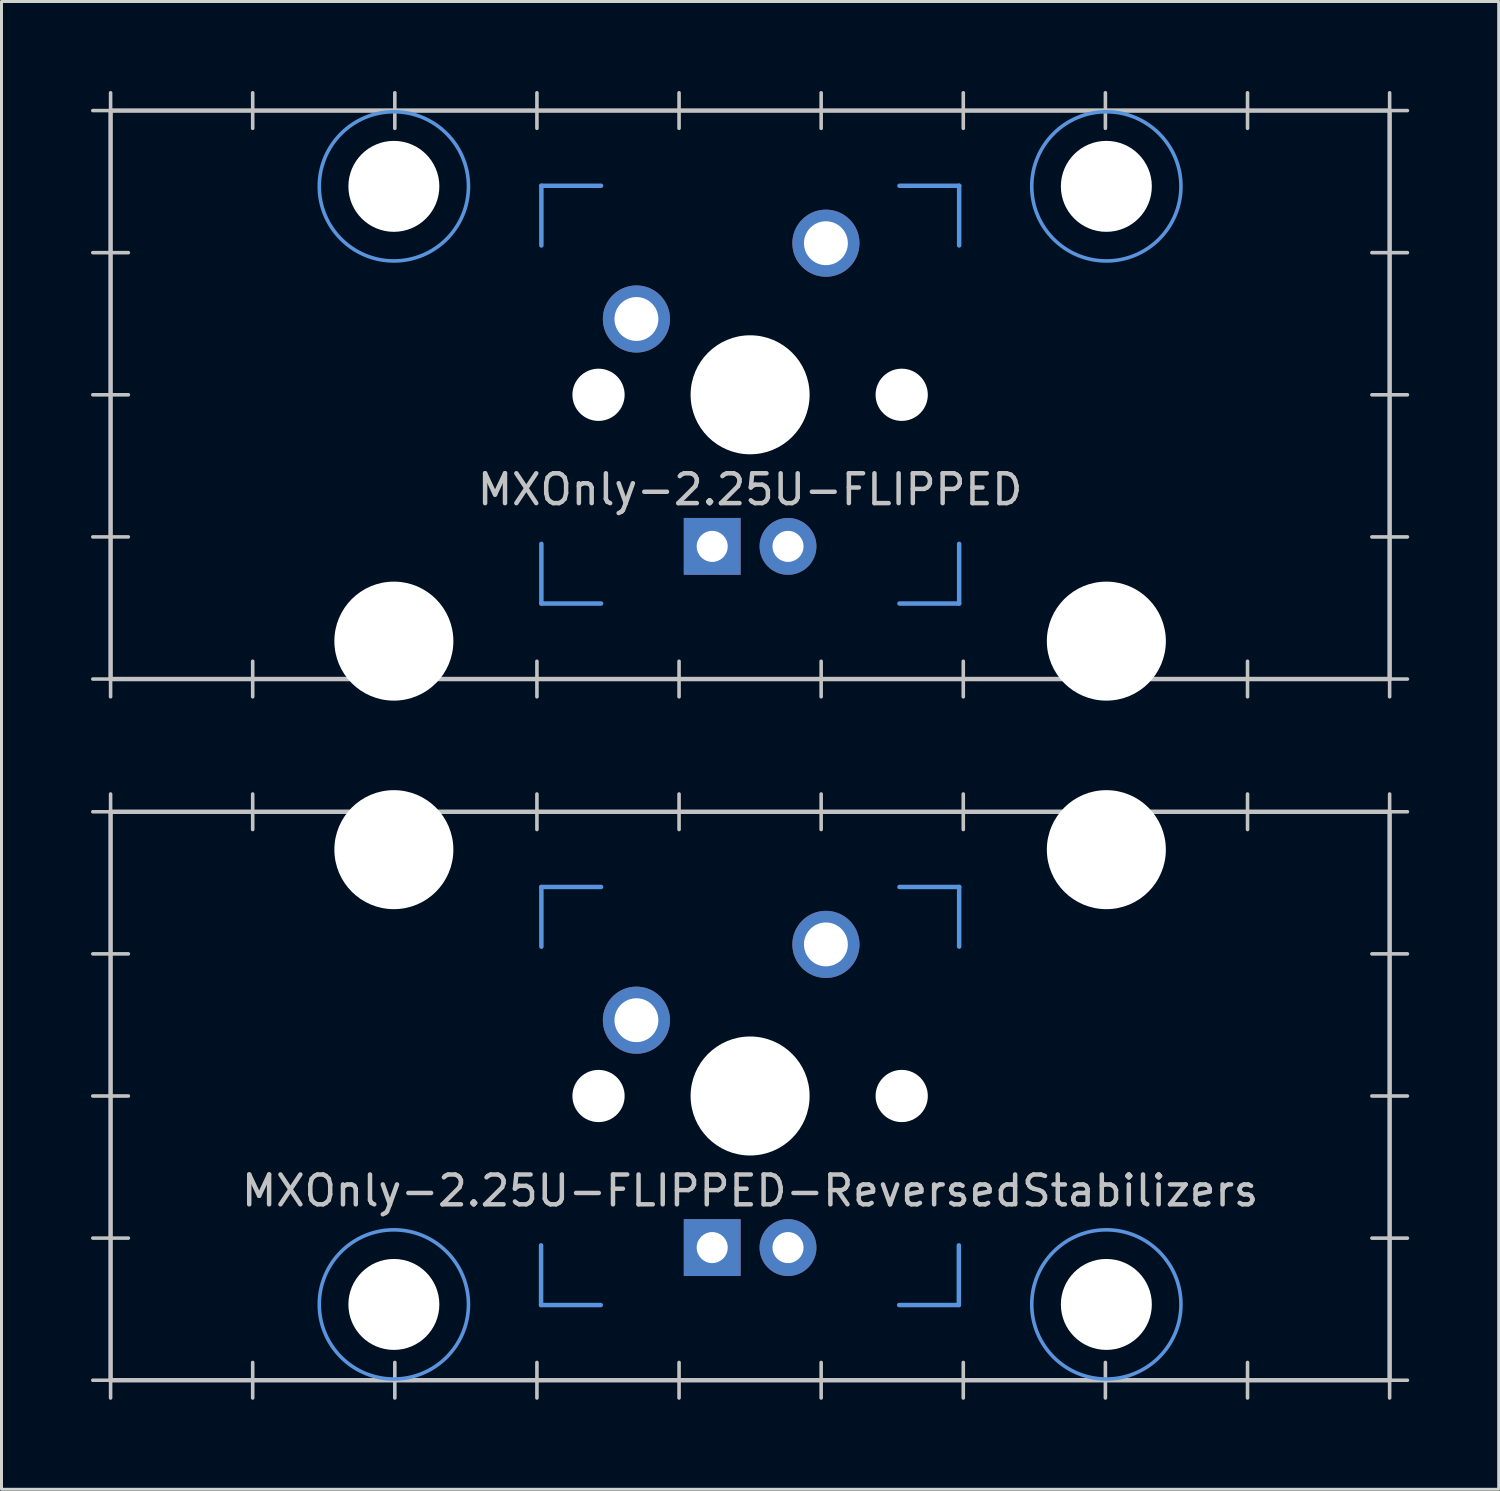
<source format=kicad_pcb>
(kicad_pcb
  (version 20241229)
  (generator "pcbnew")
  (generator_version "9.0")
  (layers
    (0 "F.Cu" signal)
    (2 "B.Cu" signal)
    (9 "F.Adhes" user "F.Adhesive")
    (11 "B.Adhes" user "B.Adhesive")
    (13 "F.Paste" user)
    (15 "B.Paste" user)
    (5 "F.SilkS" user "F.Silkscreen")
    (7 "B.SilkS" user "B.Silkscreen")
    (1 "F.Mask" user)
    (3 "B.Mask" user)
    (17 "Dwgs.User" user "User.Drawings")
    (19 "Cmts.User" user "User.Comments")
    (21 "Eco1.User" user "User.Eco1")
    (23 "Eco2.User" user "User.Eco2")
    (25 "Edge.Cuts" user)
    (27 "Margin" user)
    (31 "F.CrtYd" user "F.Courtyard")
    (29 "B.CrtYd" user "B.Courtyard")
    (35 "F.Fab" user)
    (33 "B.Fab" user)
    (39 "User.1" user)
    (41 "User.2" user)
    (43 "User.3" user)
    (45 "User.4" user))
  (footprint "MXOnly-2.25U-FLIPPED-ReversedStabilizers"
    (layer "F.Cu")
    (at 22.087 33.678)
    (property "Reference" "MXOnly-2.25U-FLIPPED-ReversedStabilizers" (at 0 3.175 0) (layer "Dwgs.User") (effects (font (size 1 1) (thickness 0.15))))
    (attr through_hole)
    (fp_line (start -22.027 -9.525) (end -21.431 -9.525) (stroke (width 0.12) (type solid)) (layer "Dwgs.User"))
    (fp_line (start -22.027 -0.000008) (end -20.836 -0.000008) (stroke (width 0.12) (type solid)) (layer "Dwgs.User"))
    (fp_line (start -22.027 4.762) (end -20.836 4.762) (stroke (width 0.12) (type solid)) (layer "Dwgs.User"))
    (fp_line (start -22.027 9.525) (end -21.431 9.525) (stroke (width 0.12) (type solid)) (layer "Dwgs.User"))
    (fp_line (start -21.431 10.12) (end -21.431 9.525) (stroke (width 0.12) (type solid)) (layer "Dwgs.User"))
    (fp_line (start -21.431 -10.12) (end -21.431 -9.525) (stroke (width 0.12) (type solid)) (layer "Dwgs.User"))
    (fp_line (start -21.431 -9.525) (end 21.431 -9.525) (stroke (width 0.15) (type solid)) (layer "Dwgs.User"))
    (fp_line (start -21.431 9.525) (end -21.431 -9.525) (stroke (width 0.15) (type solid)) (layer "Dwgs.User"))
    (fp_line (start -21.431 9.525) (end 21.431 9.525) (stroke (width 0.15) (type solid)) (layer "Dwgs.User"))
    (fp_line (start -20.836 -4.763) (end -22.027 -4.763) (stroke (width 0.12) (type solid)) (layer "Dwgs.User"))
    (fp_line (start -16.669 8.93) (end -16.669 10.12) (stroke (width 0.12) (type solid)) (layer "Dwgs.User"))
    (fp_line (start -16.669 -10.12) (end -16.669 -8.93) (stroke (width 0.12) (type solid)) (layer "Dwgs.User"))
    (fp_line (start -11.906 8.93) (end -11.906 10.12) (stroke (width 0.12) (type solid)) (layer "Dwgs.User"))
    (fp_line (start -11.906 -10.12) (end -11.906 -8.93) (stroke (width 0.12) (type solid)) (layer "Dwgs.User"))
    (fp_line (start -7.144 10.12) (end -7.144 8.93) (stroke (width 0.12) (type solid)) (layer "Dwgs.User"))
    (fp_line (start -7.144 -8.93) (end -7.144 -10.12) (stroke (width 0.12) (type solid)) (layer "Dwgs.User"))
    (fp_line (start -2.381 8.93) (end -2.381 10.12) (stroke (width 0.12) (type solid)) (layer "Dwgs.User"))
    (fp_line (start -2.381 -10.12) (end -2.381 -8.93) (stroke (width 0.12) (type solid)) (layer "Dwgs.User"))
    (fp_line (start 2.381 10.12) (end 2.381 8.93) (stroke (width 0.12) (type solid)) (layer "Dwgs.User"))
    (fp_line (start 2.381 -8.93) (end 2.381 -10.12) (stroke (width 0.12) (type solid)) (layer "Dwgs.User"))
    (fp_line (start 7.144 8.93) (end 7.144 10.12) (stroke (width 0.12) (type solid)) (layer "Dwgs.User"))
    (fp_line (start 7.144 -10.12) (end 7.144 -8.93) (stroke (width 0.12) (type solid)) (layer "Dwgs.User"))
    (fp_line (start 11.906 10.12) (end 11.906 8.93) (stroke (width 0.12) (type solid)) (layer "Dwgs.User"))
    (fp_line (start 11.906 -8.93) (end 11.906 -10.12) (stroke (width 0.12) (type solid)) (layer "Dwgs.User"))
    (fp_line (start 16.669 10.12) (end 16.669 8.93) (stroke (width 0.12) (type solid)) (layer "Dwgs.User"))
    (fp_line (start 16.669 -8.93) (end 16.669 -10.12) (stroke (width 0.12) (type solid)) (layer "Dwgs.User"))
    (fp_line (start 20.836 4.763) (end 22.027 4.763) (stroke (width 0.12) (type solid)) (layer "Dwgs.User"))
    (fp_line (start 21.431 -9.525) (end 21.431 9.525) (stroke (width 0.15) (type solid)) (layer "Dwgs.User"))
    (fp_line (start 21.431 10.12) (end 21.431 9.525) (stroke (width 0.12) (type solid)) (layer "Dwgs.User"))
    (fp_line (start 21.431 -10.12) (end 21.431 -9.525) (stroke (width 0.12) (type solid)) (layer "Dwgs.User"))
    (fp_line (start 22.027 -9.525) (end 21.431 -9.525) (stroke (width 0.12) (type solid)) (layer "Dwgs.User"))
    (fp_line (start 22.027 -4.763) (end 20.836 -4.763) (stroke (width 0.12) (type solid)) (layer "Dwgs.User"))
    (fp_line (start 22.027 0) (end 20.836 0) (stroke (width 0.12) (type solid)) (layer "Dwgs.User"))
    (fp_line (start 22.027 9.525) (end 21.431 9.525) (stroke (width 0.12) (type solid)) (layer "Dwgs.User"))
    (fp_line (start -7.005 7.005) (end -7.005 5.005) (stroke (width 0.15) (type solid)) (layer "Cmts.User"))
    (fp_line (start -6.995 -7.005) (end -6.995 -5.005) (stroke (width 0.15) (type solid)) (layer "Cmts.User"))
    (fp_line (start -5.005 7.005) (end -7.005 7.005) (stroke (width 0.15) (type solid)) (layer "Cmts.User"))
    (fp_line (start -4.995 -7.005) (end -6.995 -7.005) (stroke (width 0.15) (type solid)) (layer "Cmts.User"))
    (fp_line (start 4.995 7.005) (end 6.995 7.005) (stroke (width 0.15) (type solid)) (layer "Cmts.User"))
    (fp_line (start 5.005 -7.005) (end 7.005 -7.005) (stroke (width 0.15) (type solid)) (layer "Cmts.User"))
    (fp_line (start 6.995 7.005) (end 6.995 5.005) (stroke (width 0.15) (type solid)) (layer "Cmts.User"))
    (fp_line (start 7.005 -7.005) (end 7.005 -5.005) (stroke (width 0.15) (type solid)) (layer "Cmts.User"))
    (fp_circle (center -11.938 6.985) (end -14.438 6.985) (stroke (width 0.12) (type solid)) (fill no) (layer "Cmts.User"))
    (fp_circle (center 11.938 6.985) (end 9.438 6.985) (stroke (width 0.12) (type solid)) (fill no) (layer "Cmts.User"))
    (pad "" np_thru_hole circle (at -11.938 -8.255) (size 3.988 3.988) (drill 3.988) (layers "*.Cu" "*.Mask"))
    (pad "" np_thru_hole circle (at -11.938 6.985) (size 3.048 3.048) (drill 3.048) (layers "*.Cu" "*.Mask"))
    (pad "" np_thru_hole circle (at -5.08 0 48.1) (size 1.75 1.75) (drill 1.75) (layers "*.Cu" "*.Mask"))
    (pad "" np_thru_hole circle (at 0 0) (size 3.988 3.988) (drill 3.988) (layers "*.Cu" "*.Mask"))
    (pad "" np_thru_hole circle (at 5.08 0 48.1) (size 1.75 1.75) (drill 1.75) (layers "*.Cu" "*.Mask"))
    (pad "" np_thru_hole circle (at 11.938 -8.255) (size 3.988 3.988) (drill 3.988) (layers "*.Cu" "*.Mask"))
    (pad "" np_thru_hole circle (at 11.938 6.985) (size 3.048 3.048) (drill 3.048) (layers "*.Cu" "*.Mask"))
    (pad "1" thru_hole circle (at -3.81 -2.54) (size 2.25 2.25) (drill 1.47) (layers "*.Cu" "B.Mask"))
    (pad "2" thru_hole circle (at 2.54 -5.08) (size 2.25 2.25) (drill 1.47) (layers "*.Cu" "B.Mask"))
    (pad "3" thru_hole circle (at 1.27 5.08) (size 1.905 1.905) (drill 1.04) (layers "*.Cu" "B.Mask"))
    (pad "4" thru_hole rect (at -1.27 5.08) (size 1.905 1.905) (drill 1.04) (layers "*.Cu" "B.Mask")))
  (footprint "MXOnly-2.25U-FLIPPED"
    (layer "F.Cu")
    (at 22.087 10.18)
    (property "Reference" "MXOnly-2.25U-FLIPPED" (at 0 3.175 0) (layer "Dwgs.User") (effects (font (size 1 1) (thickness 0.15))))
    (attr through_hole)
    (fp_line (start -22.027 -9.525) (end -21.431 -9.525) (stroke (width 0.12) (type solid)) (layer "Dwgs.User"))
    (fp_line (start -22.027 -0.000008) (end -20.836 -0.000008) (stroke (width 0.12) (type solid)) (layer "Dwgs.User"))
    (fp_line (start -22.027 4.762) (end -20.836 4.762) (stroke (width 0.12) (type solid)) (layer "Dwgs.User"))
    (fp_line (start -22.027 9.525) (end -21.431 9.525) (stroke (width 0.12) (type solid)) (layer "Dwgs.User"))
    (fp_line (start -21.431 10.12) (end -21.431 9.525) (stroke (width 0.12) (type solid)) (layer "Dwgs.User"))
    (fp_line (start -21.431 -10.12) (end -21.431 -9.525) (stroke (width 0.12) (type solid)) (layer "Dwgs.User"))
    (fp_line (start -21.431 -9.525) (end 21.431 -9.525) (stroke (width 0.15) (type solid)) (layer "Dwgs.User"))
    (fp_line (start -21.431 9.525) (end -21.431 -9.525) (stroke (width 0.15) (type solid)) (layer "Dwgs.User"))
    (fp_line (start -21.431 9.525) (end 21.431 9.525) (stroke (width 0.15) (type solid)) (layer "Dwgs.User"))
    (fp_line (start -20.836 -4.763) (end -22.027 -4.763) (stroke (width 0.12) (type solid)) (layer "Dwgs.User"))
    (fp_line (start -16.669 8.93) (end -16.669 10.12) (stroke (width 0.12) (type solid)) (layer "Dwgs.User"))
    (fp_line (start -16.669 -10.12) (end -16.669 -8.93) (stroke (width 0.12) (type solid)) (layer "Dwgs.User"))
    (fp_line (start -11.906 8.93) (end -11.906 10.12) (stroke (width 0.12) (type solid)) (layer "Dwgs.User"))
    (fp_line (start -11.906 -10.12) (end -11.906 -8.93) (stroke (width 0.12) (type solid)) (layer "Dwgs.User"))
    (fp_line (start -7.144 10.12) (end -7.144 8.93) (stroke (width 0.12) (type solid)) (layer "Dwgs.User"))
    (fp_line (start -7.144 -8.93) (end -7.144 -10.12) (stroke (width 0.12) (type solid)) (layer "Dwgs.User"))
    (fp_line (start -2.381 8.93) (end -2.381 10.12) (stroke (width 0.12) (type solid)) (layer "Dwgs.User"))
    (fp_line (start -2.381 -10.12) (end -2.381 -8.93) (stroke (width 0.12) (type solid)) (layer "Dwgs.User"))
    (fp_line (start 2.381 10.12) (end 2.381 8.93) (stroke (width 0.12) (type solid)) (layer "Dwgs.User"))
    (fp_line (start 2.381 -8.93) (end 2.381 -10.12) (stroke (width 0.12) (type solid)) (layer "Dwgs.User"))
    (fp_line (start 7.144 8.93) (end 7.144 10.12) (stroke (width 0.12) (type solid)) (layer "Dwgs.User"))
    (fp_line (start 7.144 -10.12) (end 7.144 -8.93) (stroke (width 0.12) (type solid)) (layer "Dwgs.User"))
    (fp_line (start 11.906 10.12) (end 11.906 8.93) (stroke (width 0.12) (type solid)) (layer "Dwgs.User"))
    (fp_line (start 11.906 -8.93) (end 11.906 -10.12) (stroke (width 0.12) (type solid)) (layer "Dwgs.User"))
    (fp_line (start 16.669 10.12) (end 16.669 8.93) (stroke (width 0.12) (type solid)) (layer "Dwgs.User"))
    (fp_line (start 16.669 -8.93) (end 16.669 -10.12) (stroke (width 0.12) (type solid)) (layer "Dwgs.User"))
    (fp_line (start 20.836 4.763) (end 22.027 4.763) (stroke (width 0.12) (type solid)) (layer "Dwgs.User"))
    (fp_line (start 21.431 -9.525) (end 21.431 9.525) (stroke (width 0.15) (type solid)) (layer "Dwgs.User"))
    (fp_line (start 21.431 10.12) (end 21.431 9.525) (stroke (width 0.12) (type solid)) (layer "Dwgs.User"))
    (fp_line (start 21.431 -10.12) (end 21.431 -9.525) (stroke (width 0.12) (type solid)) (layer "Dwgs.User"))
    (fp_line (start 22.027 -9.525) (end 21.431 -9.525) (stroke (width 0.12) (type solid)) (layer "Dwgs.User"))
    (fp_line (start 22.027 -4.763) (end 20.836 -4.763) (stroke (width 0.12) (type solid)) (layer "Dwgs.User"))
    (fp_line (start 22.027 0) (end 20.836 0) (stroke (width 0.12) (type solid)) (layer "Dwgs.User"))
    (fp_line (start 22.027 9.525) (end 21.431 9.525) (stroke (width 0.12) (type solid)) (layer "Dwgs.User"))
    (fp_line (start -6.995 -7.005) (end -6.995 -5.005) (stroke (width 0.15) (type solid)) (layer "Cmts.User"))
    (fp_line (start -6.995 6.995) (end -6.995 4.995) (stroke (width 0.15) (type solid)) (layer "Cmts.User"))
    (fp_line (start -4.995 -7.005) (end -6.995 -7.005) (stroke (width 0.15) (type solid)) (layer "Cmts.User"))
    (fp_line (start -4.995 6.995) (end -6.995 6.995) (stroke (width 0.15) (type solid)) (layer "Cmts.User"))
    (fp_line (start 5.005 -7.005) (end 7.005 -7.005) (stroke (width 0.15) (type solid)) (layer "Cmts.User"))
    (fp_line (start 5.005 6.995) (end 7.005 6.995) (stroke (width 0.15) (type solid)) (layer "Cmts.User"))
    (fp_line (start 7.005 -7.005) (end 7.005 -5.005) (stroke (width 0.15) (type solid)) (layer "Cmts.User"))
    (fp_line (start 7.005 6.995) (end 7.005 4.995) (stroke (width 0.15) (type solid)) (layer "Cmts.User"))
    (fp_circle (center -11.938 -6.985) (end -9.438 -6.985) (stroke (width 0.12) (type solid)) (fill no) (layer "Cmts.User"))
    (fp_circle (center 11.938 -6.985) (end 14.438 -6.985) (stroke (width 0.12) (type solid)) (fill no) (layer "Cmts.User"))
    (pad "" np_thru_hole circle (at -11.938 -6.985) (size 3.048 3.048) (drill 3.048) (layers "*.Cu" "*.Mask"))
    (pad "" np_thru_hole circle (at -11.938 8.255) (size 3.988 3.988) (drill 3.988) (layers "*.Cu" "*.Mask"))
    (pad "" np_thru_hole circle (at -5.08 0 48.1) (size 1.75 1.75) (drill 1.75) (layers "*.Cu" "*.Mask"))
    (pad "" np_thru_hole circle (at 0 0) (size 3.988 3.988) (drill 3.988) (layers "*.Cu" "*.Mask"))
    (pad "" np_thru_hole circle (at 5.08 0 48.1) (size 1.75 1.75) (drill 1.75) (layers "*.Cu" "*.Mask"))
    (pad "" np_thru_hole circle (at 11.938 -6.985) (size 3.048 3.048) (drill 3.048) (layers "*.Cu" "*.Mask"))
    (pad "" np_thru_hole circle (at 11.938 8.255) (size 3.988 3.988) (drill 3.988) (layers "*.Cu" "*.Mask"))
    (pad "1" thru_hole circle (at -3.81 -2.54) (size 2.25 2.25) (drill 1.47) (layers "*.Cu" "B.Mask"))
    (pad "2" thru_hole circle (at 2.54 -5.08) (size 2.25 2.25) (drill 1.47) (layers "*.Cu" "B.Mask"))
    (pad "3" thru_hole circle (at 1.27 5.08) (size 1.905 1.905) (drill 1.04) (layers "*.Cu" "B.Mask"))
    (pad "4" thru_hole rect (at -1.27 5.08) (size 1.905 1.905) (drill 1.04) (layers "*.Cu" "B.Mask")))
  (gr_rect
    (start -3 -3)
    (end 47.173 46.858)
    (stroke (width 0.1) (type default))
    (fill no)
    (layer "Edge.Cuts")))
</source>
